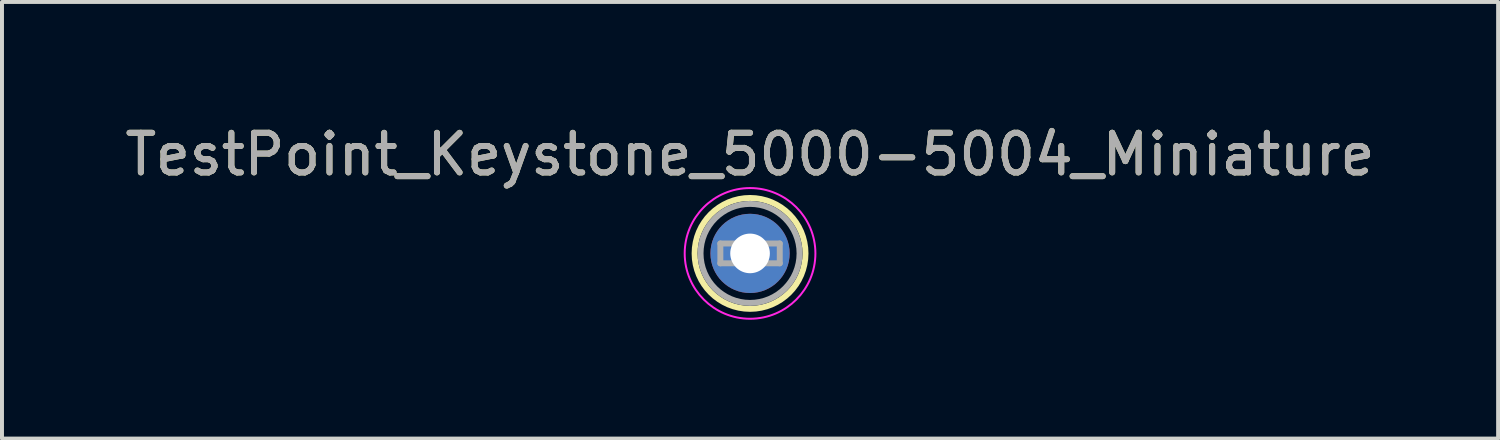
<source format=kicad_pcb>
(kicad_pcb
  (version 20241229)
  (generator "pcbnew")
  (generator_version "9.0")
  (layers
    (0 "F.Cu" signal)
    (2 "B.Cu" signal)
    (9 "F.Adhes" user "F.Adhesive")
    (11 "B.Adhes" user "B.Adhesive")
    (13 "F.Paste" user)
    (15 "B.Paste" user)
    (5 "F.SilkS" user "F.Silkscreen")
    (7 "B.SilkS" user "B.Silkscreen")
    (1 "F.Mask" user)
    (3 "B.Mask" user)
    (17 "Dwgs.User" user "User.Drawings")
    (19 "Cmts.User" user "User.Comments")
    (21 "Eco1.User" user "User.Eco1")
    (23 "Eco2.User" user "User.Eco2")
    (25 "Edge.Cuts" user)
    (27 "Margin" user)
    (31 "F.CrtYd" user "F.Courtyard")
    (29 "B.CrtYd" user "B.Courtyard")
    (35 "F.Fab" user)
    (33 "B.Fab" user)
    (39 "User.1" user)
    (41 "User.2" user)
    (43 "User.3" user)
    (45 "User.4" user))
  (footprint "TestPoint_Keystone_5000-5004_Miniature"
    (layer "F.Cu")
    (at 15.887 3.348)
    (property "Reference" "TestPoint_Keystone_5000-5004_Miniature" (at 0 -2.5 0) (layer "F.SilkS") (effects (font (size 1 1) (thickness 0.15))))
    (attr through_hole)
    (fp_circle (center 0 0) (end 1.4 0) (stroke (width 0.15) (type solid)) (fill no) (layer "F.SilkS"))
    (fp_circle (center 0 0) (end 1.65 0) (stroke (width 0.05) (type solid)) (fill no) (layer "F.CrtYd"))
    (fp_line (start -0.75 -0.25) (end 0.75 -0.25) (stroke (width 0.15) (type solid)) (layer "F.Fab"))
    (fp_line (start -0.75 0.25) (end -0.75 -0.25) (stroke (width 0.15) (type solid)) (layer "F.Fab"))
    (fp_line (start 0.75 -0.25) (end 0.75 0.25) (stroke (width 0.15) (type solid)) (layer "F.Fab"))
    (fp_line (start 0.75 0.25) (end -0.75 0.25) (stroke (width 0.15) (type solid)) (layer "F.Fab"))
    (fp_circle (center 0 0) (end 1.25 0) (stroke (width 0.15) (type solid)) (fill no) (layer "F.Fab"))
    (fp_text user "${REFERENCE}" (at 0 -2.5 0) (layer "F.Fab") (effects (font (size 1 1) (thickness 0.15))))
    (pad "1" thru_hole circle (at 0 0) (size 2 2) (drill 1) (layers "*.Cu" "*.Mask")))
  (gr_rect
    (start -3 -3)
    (end 34.774 8.023)
    (stroke (width 0.1) (type default))
    (fill no)
    (layer "Edge.Cuts")))
</source>
